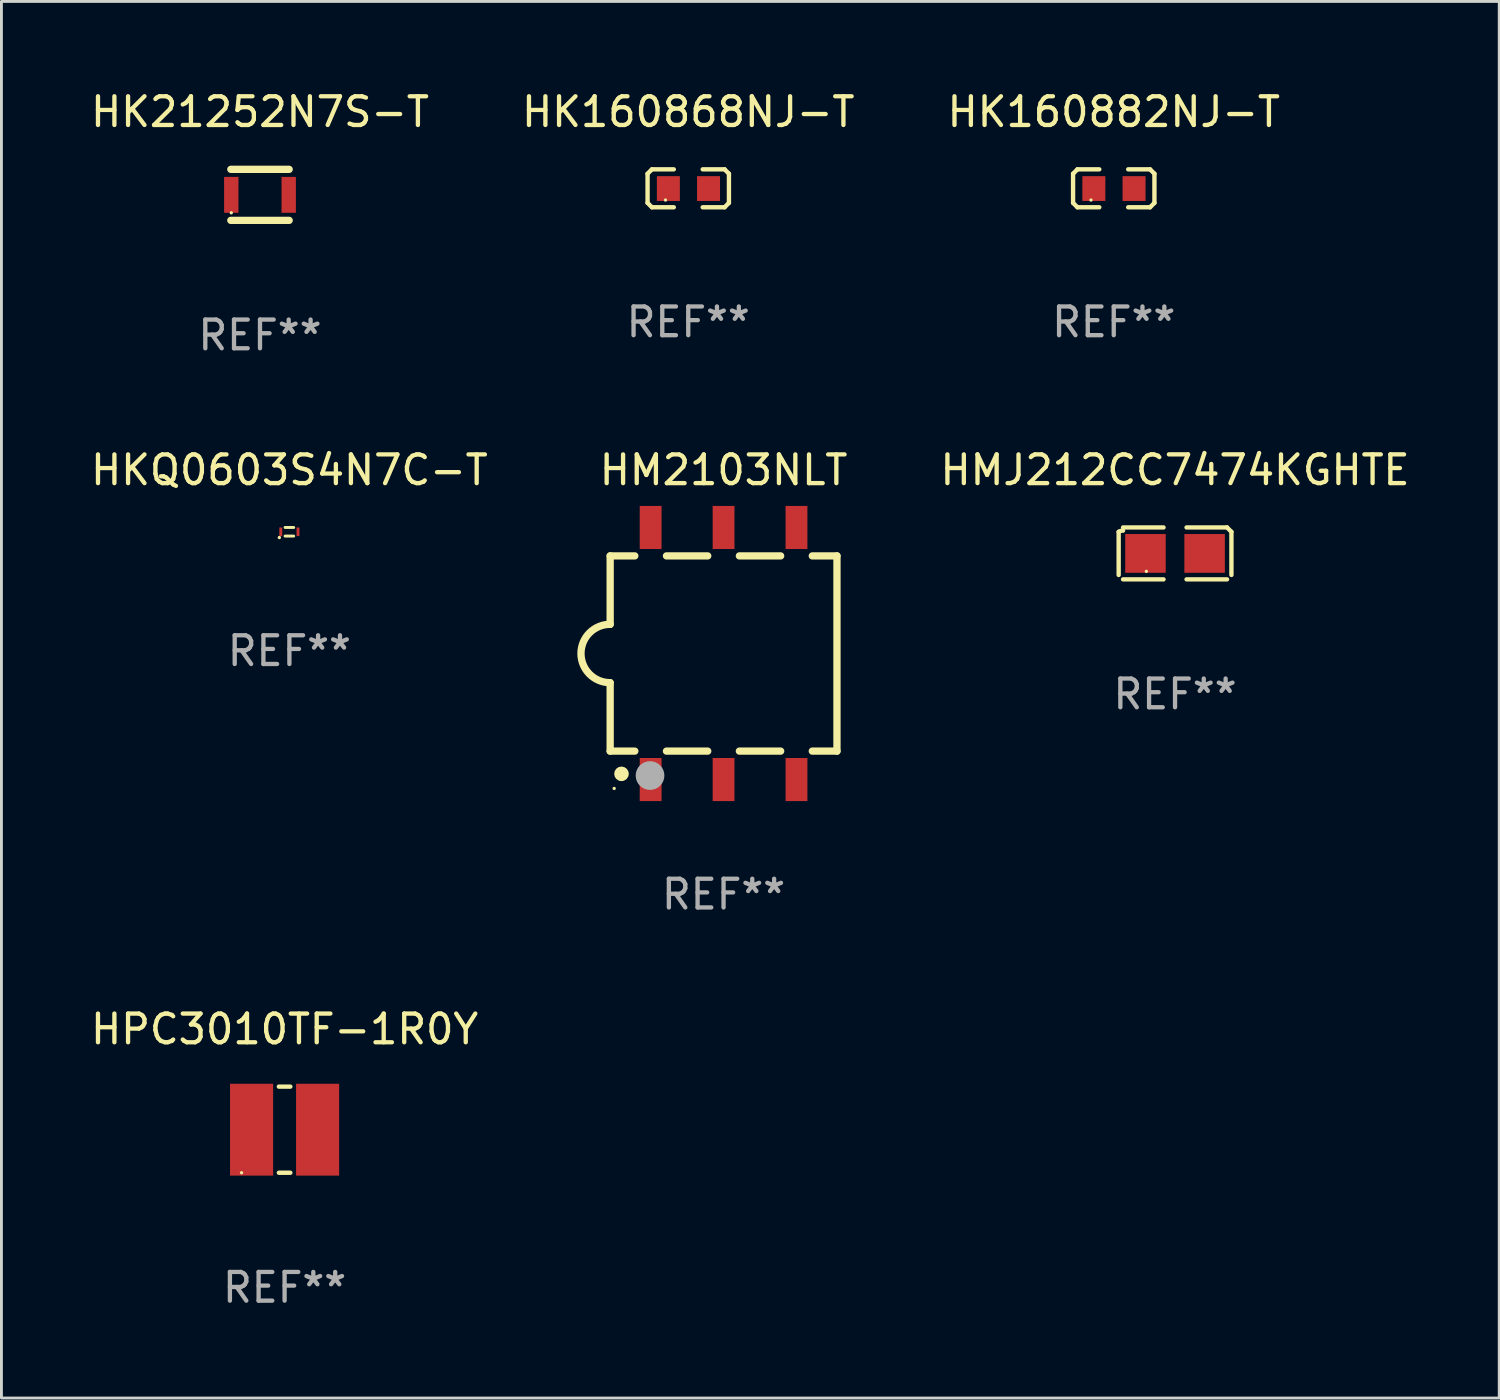
<source format=kicad_pcb>
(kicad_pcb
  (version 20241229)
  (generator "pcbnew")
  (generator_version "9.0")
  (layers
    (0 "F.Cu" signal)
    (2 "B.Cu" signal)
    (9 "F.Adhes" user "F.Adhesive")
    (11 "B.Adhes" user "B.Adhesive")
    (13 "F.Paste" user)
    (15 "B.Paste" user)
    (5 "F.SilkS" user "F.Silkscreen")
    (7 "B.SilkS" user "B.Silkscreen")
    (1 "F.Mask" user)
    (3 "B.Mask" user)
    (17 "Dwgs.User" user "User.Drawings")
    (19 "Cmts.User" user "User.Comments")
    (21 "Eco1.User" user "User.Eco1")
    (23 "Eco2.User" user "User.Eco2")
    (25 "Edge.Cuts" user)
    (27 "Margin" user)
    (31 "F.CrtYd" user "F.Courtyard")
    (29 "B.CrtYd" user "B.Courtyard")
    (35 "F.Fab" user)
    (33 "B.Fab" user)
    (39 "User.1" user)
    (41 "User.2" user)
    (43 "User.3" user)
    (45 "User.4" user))
  (footprint "HM2103NLT"
    (layer "F.Cu")
    (at 22.153 19.713)
    (property "Reference" "HM2103NLT" (at 0 -6.39 0) (layer "F.SilkS") (effects (font (size 1 1) (thickness 0.15))))
    (attr through_hole)
    (fp_line (start -3.95 -3.4) (end -3.95 -1.016) (stroke (width 0.254) (type solid)) (layer "F.SilkS"))
    (fp_line (start -3.95 -3.4) (end -3.091 -3.4) (stroke (width 0.254) (type solid)) (layer "F.SilkS"))
    (fp_line (start -3.95 3.4) (end -3.95 1.016) (stroke (width 0.254) (type solid)) (layer "F.SilkS"))
    (fp_line (start -3.091 3.4) (end -3.95 3.4) (stroke (width 0.254) (type solid)) (layer "F.SilkS"))
    (fp_line (start -1.989 -3.4) (end -0.551 -3.4) (stroke (width 0.254) (type solid)) (layer "F.SilkS"))
    (fp_line (start -0.551 3.4) (end -1.989 3.4) (stroke (width 0.254) (type solid)) (layer "F.SilkS"))
    (fp_line (start 0.551 -3.4) (end 1.989 -3.4) (stroke (width 0.254) (type solid)) (layer "F.SilkS"))
    (fp_line (start 1.989 3.4) (end 0.551 3.4) (stroke (width 0.254) (type solid)) (layer "F.SilkS"))
    (fp_line (start 3.091 -3.4) (end 3.95 -3.4) (stroke (width 0.254) (type solid)) (layer "F.SilkS"))
    (fp_line (start 3.95 -3.4) (end 3.95 3.4) (stroke (width 0.254) (type solid)) (layer "F.SilkS"))
    (fp_line (start 3.95 3.4) (end 3.091 3.4) (stroke (width 0.254) (type solid)) (layer "F.SilkS"))
    (fp_arc (start -3.950013 1.015977) (mid -4.966193 -0.000674) (end -3.949707 -1.017019) (stroke (width 0.254001) (type solid)) (layer "F.SilkS"))
    (fp_circle (center -3.81 4.7) (end -3.78 4.7) (stroke (width 0.06) (type solid)) (fill no) (layer "F.SilkS"))
    (fp_circle (center -3.556 4.191) (end -3.429 4.191) (stroke (width 0.254) (type solid)) (fill no) (layer "F.SilkS"))
    (fp_circle (center -2.561 4.251) (end -2.311 4.251) (stroke (width 0.5) (type solid)) (fill no) (layer "F.Fab"))
    (fp_text user "REF**" (at 0 8.39 0) (layer "F.Fab") (effects (font (size 1 1) (thickness 0.15))))
    (pad "1" smd rect (at -2.54 4.39 90) (size 1.5 0.76) (layers "F.Cu" "F.Mask" "F.Paste"))
    (pad "2" smd rect (at 0 4.39 90) (size 1.5 0.76) (layers "F.Cu" "F.Mask" "F.Paste"))
    (pad "3" smd rect (at 2.54 4.39 90) (size 1.5 0.76) (layers "F.Cu" "F.Mask" "F.Paste"))
    (pad "4" smd rect (at 2.54 -4.39 90) (size 1.5 0.76) (layers "F.Cu" "F.Mask" "F.Paste"))
    (pad "5" smd rect (at 0 -4.39 90) (size 1.5 0.76) (layers "F.Cu" "F.Mask" "F.Paste"))
    (pad "6" smd rect (at -2.54 -4.39 90) (size 1.5 0.76) (layers "F.Cu" "F.Mask" "F.Paste")))
  (footprint "HPC3010TF-1R0Y"
    (layer "F.Cu")
    (at 6.863 36.299)
    (property "Reference" "HPC3010TF-1R0Y" (at 0 -3.5 0) (layer "F.SilkS") (effects (font (size 1 1) (thickness 0.15))))
    (attr through_hole)
    (fp_line (start -0.2 -1.5) (end 0.2 -1.5) (stroke (width 0.152) (type solid)) (layer "F.SilkS"))
    (fp_line (start 0.2 1.5) (end -0.2 1.5) (stroke (width 0.152) (type solid)) (layer "F.SilkS"))
    (fp_circle (center -1.5 1.5) (end -1.47 1.5) (stroke (width 0.06) (type solid)) (fill no) (layer "F.SilkS"))
    (fp_text user "REF**" (at 0 5.5 0) (layer "F.Fab") (effects (font (size 1 1) (thickness 0.15))))
    (pad "1" smd rect (at -1.15 -0.000025) (size 1.5 3.2) (layers "F.Cu" "F.Mask" "F.Paste"))
    (pad "2" smd rect (at 1.15 -0.000025) (size 1.5 3.2) (layers "F.Cu" "F.Mask" "F.Paste")))
  (footprint "HK21252N7S-T"
    (layer "F.Cu")
    (at 6.006 3.737)
    (property "Reference" "HK21252N7S-T" (at 0 -2.889 0) (layer "F.SilkS") (effects (font (size 1 1) (thickness 0.15))))
    (attr through_hole)
    (fp_line (start -1.016 -0.889) (end 1.016 -0.889) (stroke (width 0.254) (type solid)) (layer "F.SilkS"))
    (fp_line (start -1.016 0.889) (end 1.016 0.889) (stroke (width 0.254) (type solid)) (layer "F.SilkS"))
    (fp_circle (center -1 0.625) (end -0.97 0.625) (stroke (width 0.06) (type solid)) (fill no) (layer "F.SilkS"))
    (fp_text user "REF**" (at 0 4.889 0) (layer "F.Fab") (effects (font (size 1 1) (thickness 0.15))))
    (pad "1" smd rect (at -1 0) (size 0.5 1.25) (layers "F.Cu" "F.Mask" "F.Paste"))
    (pad "2" smd rect (at 1 0) (size 0.5 1.25) (layers "F.Cu" "F.Mask" "F.Paste")))
  (footprint "HK160882NJ-T"
    (layer "F.Cu")
    (at 35.744 3.509)
    (property "Reference" "HK160882NJ-T" (at 0 -2.661 0) (layer "F.SilkS") (effects (font (size 1 1) (thickness 0.15))))
    (attr through_hole)
    (fp_line (start -1.417 -0.508) (end -1.265 -0.661) (stroke (width 0.152) (type solid)) (layer "F.SilkS"))
    (fp_line (start -1.417 0.508) (end -1.417 -0.508) (stroke (width 0.152) (type solid)) (layer "F.SilkS"))
    (fp_line (start -1.265 -0.661) (end -0.503 -0.661) (stroke (width 0.152) (type solid)) (layer "F.SilkS"))
    (fp_line (start -1.265 0.661) (end -1.417 0.508) (stroke (width 0.152) (type solid)) (layer "F.SilkS"))
    (fp_line (start -1.265 0.661) (end -0.503 0.661) (stroke (width 0.152) (type solid)) (layer "F.SilkS"))
    (fp_line (start 1.265 -0.661) (end 0.503 -0.661) (stroke (width 0.152) (type solid)) (layer "F.SilkS"))
    (fp_line (start 1.265 -0.661) (end 1.417 -0.508) (stroke (width 0.152) (type solid)) (layer "F.SilkS"))
    (fp_line (start 1.265 0.661) (end 0.503 0.661) (stroke (width 0.152) (type solid)) (layer "F.SilkS"))
    (fp_line (start 1.417 -0.508) (end 1.417 0.508) (stroke (width 0.152) (type solid)) (layer "F.SilkS"))
    (fp_line (start 1.417 0.508) (end 1.265 0.661) (stroke (width 0.152) (type solid)) (layer "F.SilkS"))
    (fp_circle (center -0.793 0.409) (end -0.763 0.409) (stroke (width 0.06) (type solid)) (fill no) (layer "F.SilkS"))
    (fp_text user "REF**" (at 0 4.661 0) (layer "F.Fab") (effects (font (size 1 1) (thickness 0.15))))
    (pad "1" smd rect (at -0.693 0.009 180) (size 0.8 0.864) (layers "F.Cu" "F.Mask" "F.Paste"))
    (pad "2" smd rect (at 0.707 0.009 180) (size 0.8 0.864) (layers "F.Cu" "F.Mask" "F.Paste")))
  (footprint "HK160868NJ-T"
    (layer "F.Cu")
    (at 20.923 3.509)
    (property "Reference" "HK160868NJ-T" (at 0 -2.661 0) (layer "F.SilkS") (effects (font (size 1 1) (thickness 0.15))))
    (attr through_hole)
    (fp_line (start -1.417 -0.508) (end -1.265 -0.661) (stroke (width 0.152) (type solid)) (layer "F.SilkS"))
    (fp_line (start -1.417 0.508) (end -1.417 -0.508) (stroke (width 0.152) (type solid)) (layer "F.SilkS"))
    (fp_line (start -1.265 -0.661) (end -0.503 -0.661) (stroke (width 0.152) (type solid)) (layer "F.SilkS"))
    (fp_line (start -1.265 0.661) (end -1.417 0.508) (stroke (width 0.152) (type solid)) (layer "F.SilkS"))
    (fp_line (start -1.265 0.661) (end -0.503 0.661) (stroke (width 0.152) (type solid)) (layer "F.SilkS"))
    (fp_line (start 1.265 -0.661) (end 0.503 -0.661) (stroke (width 0.152) (type solid)) (layer "F.SilkS"))
    (fp_line (start 1.265 -0.661) (end 1.417 -0.508) (stroke (width 0.152) (type solid)) (layer "F.SilkS"))
    (fp_line (start 1.265 0.661) (end 0.503 0.661) (stroke (width 0.152) (type solid)) (layer "F.SilkS"))
    (fp_line (start 1.417 -0.508) (end 1.417 0.508) (stroke (width 0.152) (type solid)) (layer "F.SilkS"))
    (fp_line (start 1.417 0.508) (end 1.265 0.661) (stroke (width 0.152) (type solid)) (layer "F.SilkS"))
    (fp_circle (center -0.793 0.409) (end -0.763 0.409) (stroke (width 0.06) (type solid)) (fill no) (layer "F.SilkS"))
    (fp_text user "REF**" (at 0 4.661 0) (layer "F.Fab") (effects (font (size 1 1) (thickness 0.15))))
    (pad "1" smd rect (at -0.693 0.009 180) (size 0.8 0.864) (layers "F.Cu" "F.Mask" "F.Paste"))
    (pad "2" smd rect (at 0.707 0.009 180) (size 0.8 0.864) (layers "F.Cu" "F.Mask" "F.Paste")))
  (footprint "HKQ0603S4N7C-T"
    (layer "F.Cu")
    (at 7.03 15.473)
    (property "Reference" "HKQ0603S4N7C-T" (at 0 -2.15 0) (layer "F.SilkS") (effects (font (size 1 1) (thickness 0.15))))
    (attr through_hole)
    (fp_line (start -0.15 -0.15) (end 0.15 -0.15) (stroke (width 0.102) (type solid)) (layer "F.SilkS"))
    (fp_line (start 0.15 0.15) (end -0.15 0.15) (stroke (width 0.102) (type solid)) (layer "F.SilkS"))
    (fp_circle (center -0.35 0.201) (end -0.32 0.201) (stroke (width 0.06) (type solid)) (fill no) (layer "F.SilkS"))
    (fp_text user "REF**" (at 0 4.15 0) (layer "F.Fab") (effects (font (size 1 1) (thickness 0.15))))
    (pad "1" smd rect (at -0.3 0) (size 0.1 0.3) (layers "F.Cu" "F.Mask" "F.Paste"))
    (pad "2" smd rect (at 0.3 0) (size 0.1 0.3) (layers "F.Cu" "F.Mask" "F.Paste")))
  (footprint "HMJ212CC7474KGHTE"
    (layer "F.Cu")
    (at 37.879 16.226)
    (property "Reference" "HMJ212CC7474KGHTE" (at 0 -2.904 0) (layer "F.SilkS") (effects (font (size 1 1) (thickness 0.15))))
    (attr through_hole)
    (fp_line (start -1.964 0.751) (end -1.964 -0.751) (stroke (width 0.152) (type solid)) (layer "F.SilkS"))
    (fp_line (start -1.811 -0.904) (end -0.401 -0.904) (stroke (width 0.152) (type solid)) (layer "F.SilkS"))
    (fp_line (start -0.401 0.904) (end -1.811 0.904) (stroke (width 0.152) (type solid)) (layer "F.SilkS"))
    (fp_line (start 0.401 0.904) (end 1.811 0.904) (stroke (width 0.152) (type solid)) (layer "F.SilkS"))
    (fp_line (start 1.811 -0.904) (end 0.401 -0.904) (stroke (width 0.152) (type solid)) (layer "F.SilkS"))
    (fp_line (start 1.964 0.751) (end 1.964 -0.751) (stroke (width 0.152) (type solid)) (layer "F.SilkS"))
    (fp_arc (start -1.963602 -0.751207) (mid -1.890354 -0.783131) (end -1.811201 -0.794044) (stroke (width 0.1524) (type solid)) (layer "F.SilkS"))
    (fp_arc (start 1.811202 -0.903607) (mid 1.887413 -0.827418) (end 1.963602 -0.751207) (stroke (width 0.1524) (type solid)) (layer "F.SilkS"))
    (fp_circle (center -1 0.625) (end -0.97 0.625) (stroke (width 0.06) (type solid)) (fill no) (layer "F.SilkS"))
    (fp_text user "REF**" (at 0 4.904 0) (layer "F.Fab") (effects (font (size 1 1) (thickness 0.15))))
    (pad "1" smd rect (at -1.03 0) (size 1.41 1.35) (layers "F.Cu" "F.Mask" "F.Paste"))
    (pad "2" smd rect (at 1.03 0) (size 1.41 1.35) (layers "F.Cu" "F.Mask" "F.Paste")))
  (gr_rect
    (start -3 -3)
    (end 49.171 45.647)
    (stroke (width 0.1) (type default))
    (fill no)
    (layer "Edge.Cuts")))
</source>
